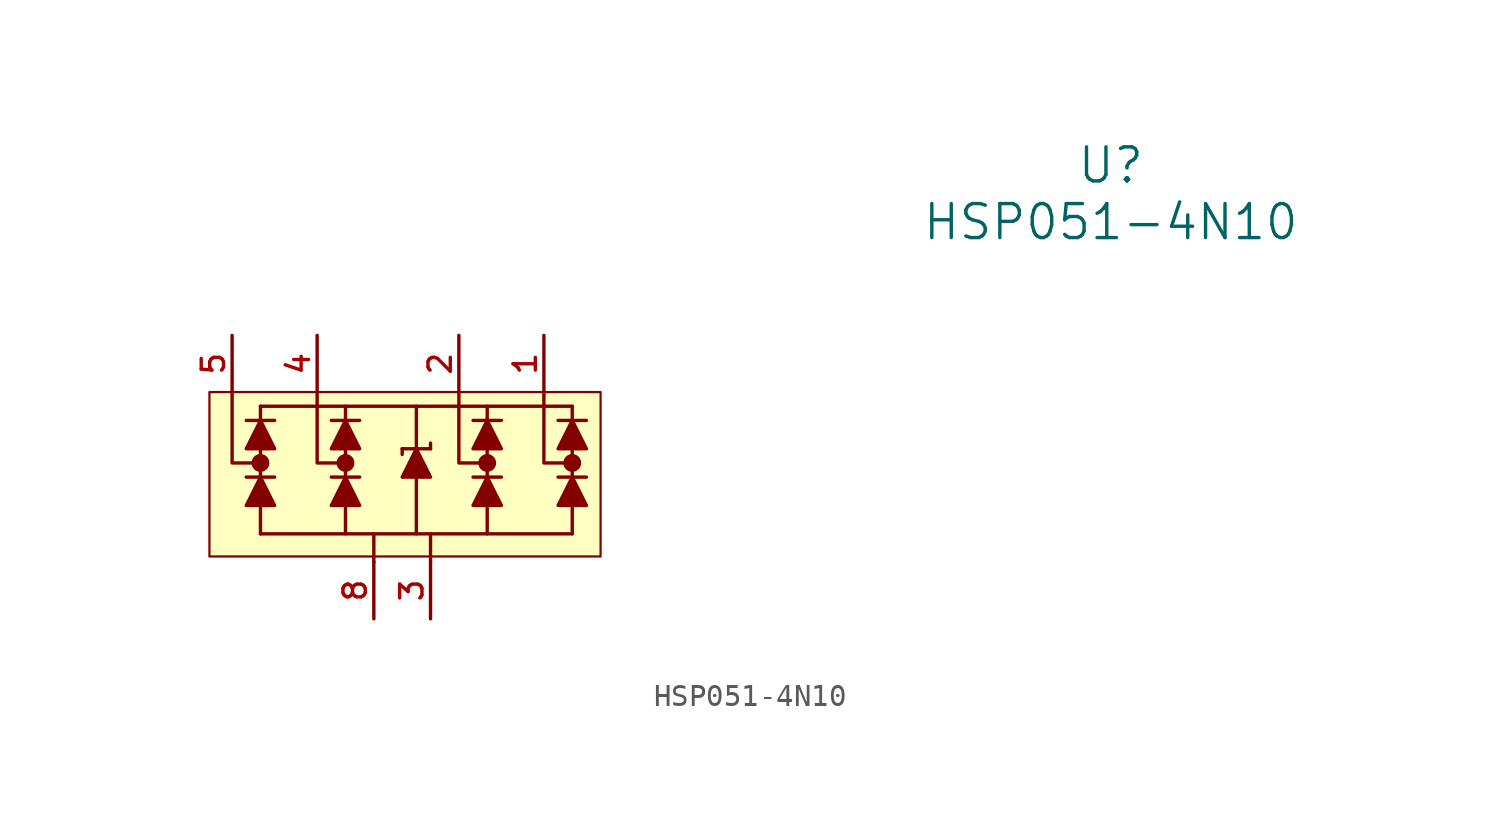
<source format=kicad_sym>
(kicad_symbol_lib
  (version 20231120)
  (generator "kicad_symbol_editor")
  (generator_version "8.0")
  (symbol "HSP051-4N10"
    (pin_names
      (offset 0.254))
    (property "Reference" "U"
      (at 25.4 10.16 0)
      (effects (font (size 1.524 1.524))))
    (property "Value" "HSP051-4N10"
      (at 25.4 7.62 0)
      (effects (font (size 1.524 1.524))))
    (property "ki_locked" ""
      (at 0 0 0)
      (effects (font (size 1.27 1.27))))
    (symbol "HSP051-4N10_0_1"
      (polyline (pts (xy -13.335 -3.81) (xy -12.065 -3.81)) (stroke (width 0) (type default)) (fill (type none)))
      (polyline (pts (xy -13.335 -1.27) (xy -12.065 -1.27)) (stroke (width 0) (type default)) (fill (type none)))
      (polyline (pts (xy -9.525 -3.81) (xy -8.255 -3.81)) (stroke (width 0) (type default)) (fill (type none)))
      (polyline (pts (xy -9.525 -1.27) (xy -8.255 -1.27)) (stroke (width 0) (type default)) (fill (type none)))
      (polyline (pts (xy -6.35 -2.54) (xy -5.08 -2.54)) (stroke (width 0) (type default)) (fill (type none)))
      (polyline (pts (xy -3.175 -3.81) (xy -1.905 -3.81)) (stroke (width 0) (type default)) (fill (type none)))
      (polyline (pts (xy -3.175 -1.27) (xy -1.905 -1.27)) (stroke (width 0) (type default)) (fill (type none)))
      (polyline (pts (xy 0.635 -3.81) (xy 1.905 -3.81)) (stroke (width 0) (type default)) (fill (type none)))
      (polyline (pts (xy 0.635 -1.27) (xy 1.905 -1.27)) (stroke (width 0) (type default)) (fill (type none))))
    (symbol "HSP051-4N10_1_1"
      (rectangle (start -14.986 0) (end 2.54 -7.366) (stroke (width 0.1) (type default)) (fill (type background)))
      (circle (center -12.7 -3.175) (radius 0.0001) (stroke (width 0.4) (type default)) (fill (type none)))
      (circle (center -8.89 -3.175) (radius 0.0001) (stroke (width 0.4) (type default)) (fill (type none)))
      (circle (center -2.54 -3.175) (radius 0.0001) (stroke (width 0.4) (type default)) (fill (type none)))
      (polyline (pts (xy -12.7 -6.35) (xy 1.27 -6.35)) (stroke (width 0) (type default)) (fill (type none)))
      (polyline (pts (xy -12.7 -0.635) (xy -12.7 -6.35)) (stroke (width 0) (type default)) (fill (type none)))
      (polyline (pts (xy -12.7 -0.635) (xy 1.27 -0.635)) (stroke (width 0) (type default)) (fill (type none)))
      (polyline (pts (xy -8.89 -0.635) (xy -8.89 -6.35)) (stroke (width 0) (type default)) (fill (type none)))
      (polyline (pts (xy -7.62 -7.62) (xy -7.62 -6.35)) (stroke (width 0) (type default)) (fill (type none)))
      (polyline (pts (xy -6.35 -2.54) (xy -6.35 -2.794)) (stroke (width 0) (type default)) (fill (type none)))
      (polyline (pts (xy -5.715 -0.635) (xy -5.715 -6.35)) (stroke (width 0) (type default)) (fill (type none)))
      (polyline (pts (xy -5.08 -7.62) (xy -5.08 -6.35)) (stroke (width 0) (type default)) (fill (type none)))
      (polyline (pts (xy -5.08 -2.54) (xy -5.08 -2.286)) (stroke (width 0) (type default)) (fill (type none)))
      (polyline (pts (xy -2.54 -0.635) (xy -2.54 -6.35)) (stroke (width 0) (type default)) (fill (type none)))
      (polyline (pts (xy 1.27 -0.635) (xy 1.27 -6.35)) (stroke (width 0) (type default)) (fill (type none)))
      (polyline (pts (xy -13.97 0) (xy -13.97 -3.175) (xy -12.7 -3.175)) (stroke (width 0) (type default)) (fill (type none)))
      (polyline (pts (xy -10.16 0) (xy -10.16 -3.175) (xy -8.89 -3.175)) (stroke (width 0) (type default)) (fill (type none)))
      (polyline (pts (xy -3.81 0) (xy -3.81 -3.175) (xy -2.54 -3.175)) (stroke (width 0) (type default)) (fill (type none)))
      (polyline (pts (xy 0 0) (xy 0 -3.175) (xy 1.27 -3.175)) (stroke (width 0) (type default)) (fill (type none)))
      (polyline (pts (xy -12.7 -3.81) (xy -13.335 -5.08) (xy -12.065 -5.08) (xy -12.7 -3.81)) (stroke (width 0) (type default)) (fill (type outline)))
      (polyline (pts (xy -12.7 -1.27) (xy -13.335 -2.54) (xy -12.065 -2.54) (xy -12.7 -1.27)) (stroke (width 0) (type default)) (fill (type outline)))
      (polyline (pts (xy -8.89 -3.81) (xy -9.525 -5.08) (xy -8.255 -5.08) (xy -8.89 -3.81)) (stroke (width 0) (type default)) (fill (type outline)))
      (polyline (pts (xy -8.89 -1.27) (xy -9.525 -2.54) (xy -8.255 -2.54) (xy -8.89 -1.27)) (stroke (width 0) (type default)) (fill (type outline)))
      (polyline (pts (xy -5.715 -2.54) (xy -6.35 -3.81) (xy -5.08 -3.81) (xy -5.715 -2.54)) (stroke (width 0) (type default)) (fill (type outline)))
      (polyline (pts (xy -2.54 -3.81) (xy -3.175 -5.08) (xy -1.905 -5.08) (xy -2.54 -3.81)) (stroke (width 0) (type default)) (fill (type outline)))
      (polyline (pts (xy -2.54 -1.27) (xy -3.175 -2.54) (xy -1.905 -2.54) (xy -2.54 -1.27)) (stroke (width 0) (type default)) (fill (type outline)))
      (polyline (pts (xy 1.27 -3.81) (xy 0.635 -5.08) (xy 1.905 -5.08) (xy 1.27 -3.81)) (stroke (width 0) (type default)) (fill (type outline)))
      (polyline (pts (xy 1.27 -1.27) (xy 0.635 -2.54) (xy 1.905 -2.54) (xy 1.27 -1.27)) (stroke (width 0) (type default)) (fill (type outline)))
      (circle (center 1.27 -3.175) (radius 0.0001) (stroke (width 0.4) (type default)) (fill (type none)))
      (pin passive line (at 0 2.54 270) (length 2.54) (name "~" (effects (font (size 1 1)))) (number "1" (effects (font (size 1 1)))))
      (pin unspecified line (at 16.51 -1.27 180) (length 2.54) hide (name "INTERNALLY" (effects (font (size 1 1)))) (number "10" (effects (font (size 1 1)))))
      (pin passive line (at -3.81 2.54 270) (length 2.54) (name "~" (effects (font (size 1 1)))) (number "2" (effects (font (size 1 1)))))
      (pin power_in line (at -5.08 -10.16 90) (length 2.54) (name "~" (effects (font (size 1 1)))) (number "3" (effects (font (size 1 1)))))
      (pin passive line (at -10.16 2.54 270) (length 2.54) (name "~" (effects (font (size 1 1)))) (number "4" (effects (font (size 1 1)))))
      (pin passive line (at -13.97 2.54 270) (length 2.54) (name "~" (effects (font (size 1 1)))) (number "5" (effects (font (size 1 1)))))
      (pin unspecified line (at 16.51 -8.89 180) (length 2.54) hide (name "NC" (effects (font (size 1 1)))) (number "6" (effects (font (size 1 1)))))
      (pin unspecified line (at 16.51 -6.35 180) (length 2.54) hide (name "INTERNALLY" (effects (font (size 1 1)))) (number "7" (effects (font (size 1 1)))))
      (pin power_in line (at -7.62 -10.16 90) (length 2.54) (name "~" (effects (font (size 1 1)))) (number "8" (effects (font (size 1 1)))))
      (pin unspecified line (at 16.51 -3.81 180) (length 2.54) hide (name "NC" (effects (font (size 1 1)))) (number "9" (effects (font (size 1 1))))))))
</source>
